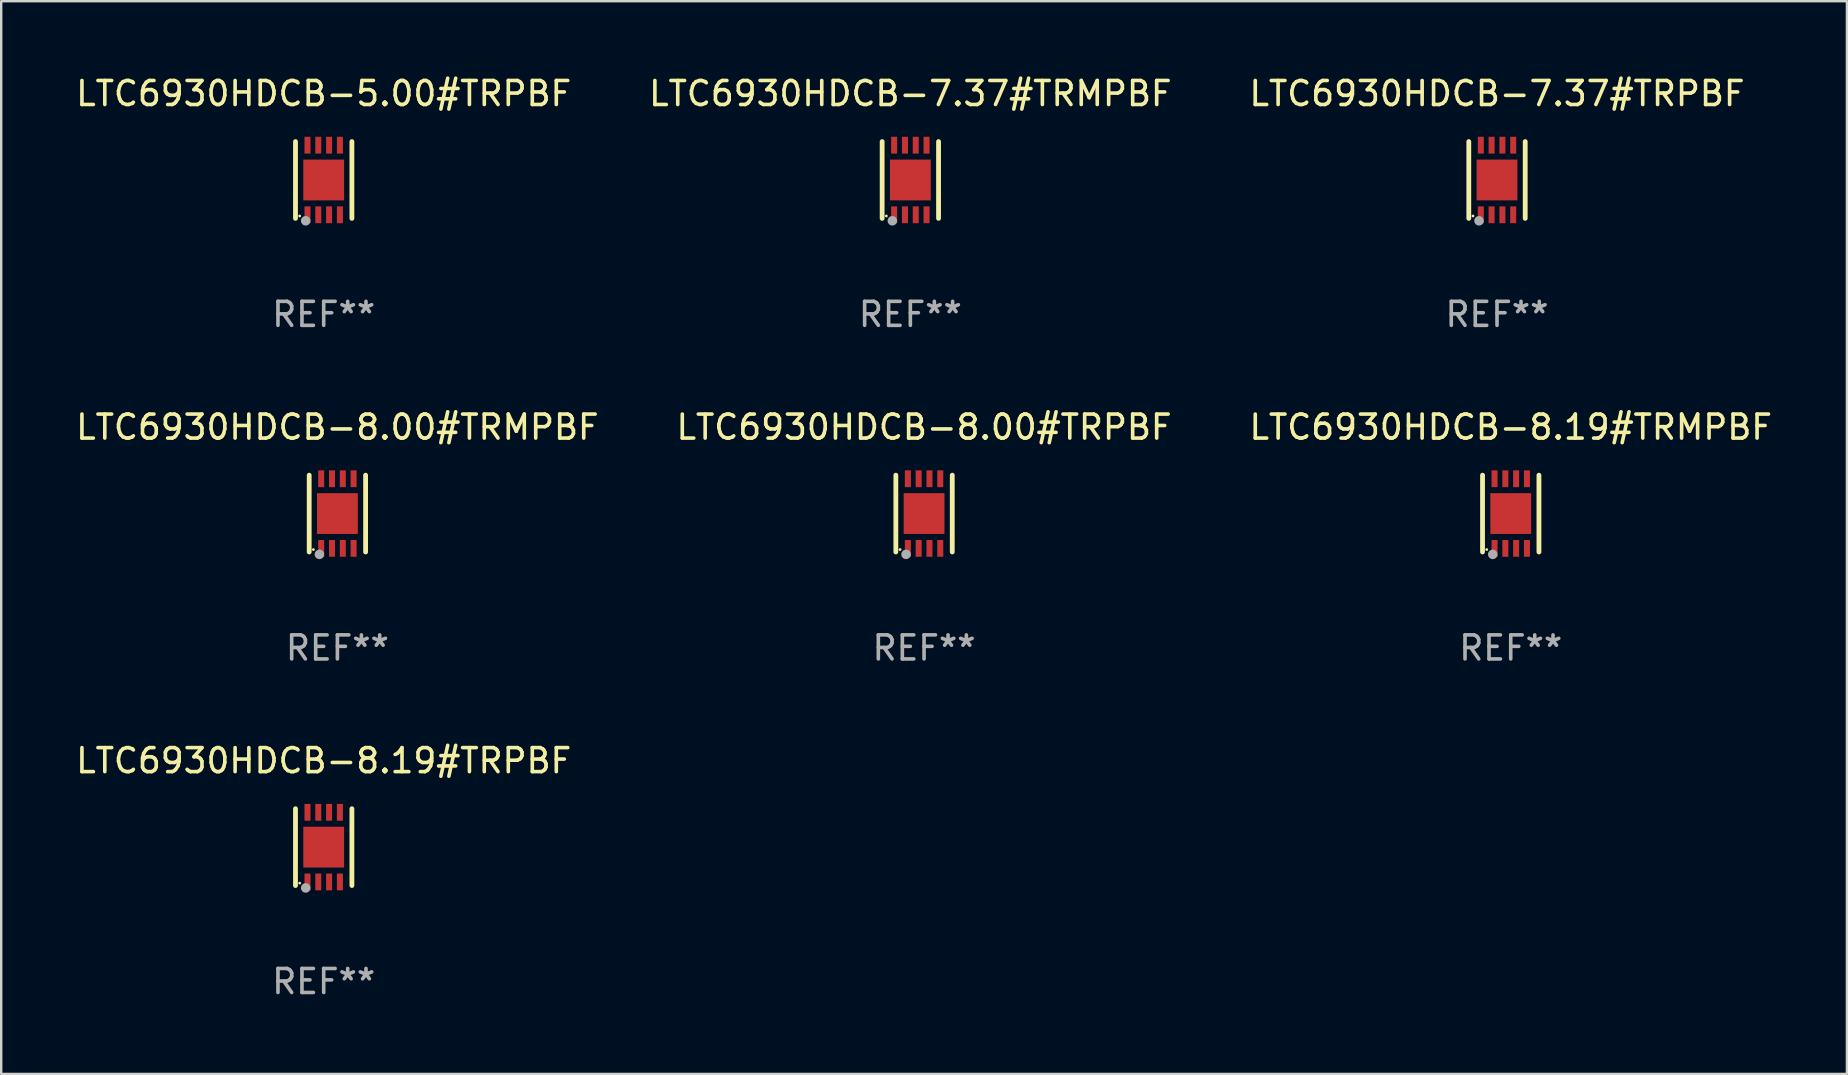
<source format=kicad_pcb>
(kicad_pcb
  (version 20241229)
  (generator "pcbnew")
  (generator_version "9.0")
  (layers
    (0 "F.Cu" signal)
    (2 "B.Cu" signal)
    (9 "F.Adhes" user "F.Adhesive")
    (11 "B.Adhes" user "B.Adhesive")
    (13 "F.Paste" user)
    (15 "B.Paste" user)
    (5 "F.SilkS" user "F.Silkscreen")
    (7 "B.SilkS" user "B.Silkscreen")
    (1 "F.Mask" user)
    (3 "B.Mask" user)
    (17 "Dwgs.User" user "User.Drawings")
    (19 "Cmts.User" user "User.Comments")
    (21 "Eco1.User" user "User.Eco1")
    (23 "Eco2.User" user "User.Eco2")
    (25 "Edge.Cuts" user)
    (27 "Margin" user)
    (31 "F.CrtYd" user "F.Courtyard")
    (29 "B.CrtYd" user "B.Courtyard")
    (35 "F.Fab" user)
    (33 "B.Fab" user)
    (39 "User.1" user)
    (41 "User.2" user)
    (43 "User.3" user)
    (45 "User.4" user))
  (footprint "LTC6930HDCB-7.37#TRMPBF"
    (layer "F.Cu")
    (at 34.875 4.448)
    (property "Reference" "LTC6930HDCB-7.37#TRMPBF" (at 0 -3.6 0) (layer "F.SilkS") (effects (font (size 1 1) (thickness 0.15))))
    (attr through_hole)
    (fp_line (start -1.175 1.6) (end -1.175 -1.6) (stroke (width 0.2) (type solid)) (layer "F.SilkS"))
    (fp_line (start 1.175 1.6) (end 1.175 -1.6) (stroke (width 0.2) (type solid)) (layer "F.SilkS"))
    (fp_circle (center -1 1.5) (end -0.97 1.5) (stroke (width 0.06) (type solid)) (fill no) (layer "F.SilkS"))
    (fp_circle (center -0.75 1.7) (end -0.65 1.7) (stroke (width 0.2) (type solid)) (fill no) (layer "F.Fab"))
    (fp_text user "REF**" (at 0 5.6 0) (layer "F.Fab") (effects (font (size 1 1) (thickness 0.15))))
    (pad "1" smd rect (at -0.675 1.45 90) (size 0.7 0.25) (layers "F.Cu" "F.Mask" "F.Paste"))
    (pad "2" smd rect (at -0.225 1.45 90) (size 0.7 0.25) (layers "F.Cu" "F.Mask" "F.Paste"))
    (pad "3" smd rect (at 0.225 1.45 90) (size 0.7 0.25) (layers "F.Cu" "F.Mask" "F.Paste"))
    (pad "4" smd rect (at 0.675 1.45 90) (size 0.7 0.25) (layers "F.Cu" "F.Mask" "F.Paste"))
    (pad "5" smd rect (at 0.675 -1.45 90) (size 0.7 0.25) (layers "F.Cu" "F.Mask" "F.Paste"))
    (pad "6" smd rect (at 0.225 -1.45 90) (size 0.7 0.25) (layers "F.Cu" "F.Mask" "F.Paste"))
    (pad "7" smd rect (at -0.225 -1.45 90) (size 0.7 0.25) (layers "F.Cu" "F.Mask" "F.Paste"))
    (pad "8" smd rect (at -0.675 -1.45 90) (size 0.7 0.25) (layers "F.Cu" "F.Mask" "F.Paste"))
    (pad "9" smd rect (at 0.000127 0 90) (size 1.7 1.7) (layers "F.Cu" "F.Mask" "F.Paste")))
  (footprint "LTC6930HDCB-8.00#TRPBF"
    (layer "F.Cu")
    (at 35.446 18.345)
    (property "Reference" "LTC6930HDCB-8.00#TRPBF" (at 0 -3.6 0) (layer "F.SilkS") (effects (font (size 1 1) (thickness 0.15))))
    (attr through_hole)
    (fp_line (start -1.175 1.6) (end -1.175 -1.6) (stroke (width 0.2) (type solid)) (layer "F.SilkS"))
    (fp_line (start 1.175 1.6) (end 1.175 -1.6) (stroke (width 0.2) (type solid)) (layer "F.SilkS"))
    (fp_circle (center -1 1.5) (end -0.97 1.5) (stroke (width 0.06) (type solid)) (fill no) (layer "F.SilkS"))
    (fp_circle (center -0.75 1.7) (end -0.65 1.7) (stroke (width 0.2) (type solid)) (fill no) (layer "F.Fab"))
    (fp_text user "REF**" (at 0 5.6 0) (layer "F.Fab") (effects (font (size 1 1) (thickness 0.15))))
    (pad "1" smd rect (at -0.675 1.45 90) (size 0.7 0.25) (layers "F.Cu" "F.Mask" "F.Paste"))
    (pad "2" smd rect (at -0.225 1.45 90) (size 0.7 0.25) (layers "F.Cu" "F.Mask" "F.Paste"))
    (pad "3" smd rect (at 0.225 1.45 90) (size 0.7 0.25) (layers "F.Cu" "F.Mask" "F.Paste"))
    (pad "4" smd rect (at 0.675 1.45 90) (size 0.7 0.25) (layers "F.Cu" "F.Mask" "F.Paste"))
    (pad "5" smd rect (at 0.675 -1.45 90) (size 0.7 0.25) (layers "F.Cu" "F.Mask" "F.Paste"))
    (pad "6" smd rect (at 0.225 -1.45 90) (size 0.7 0.25) (layers "F.Cu" "F.Mask" "F.Paste"))
    (pad "7" smd rect (at -0.225 -1.45 90) (size 0.7 0.25) (layers "F.Cu" "F.Mask" "F.Paste"))
    (pad "8" smd rect (at -0.675 -1.45 90) (size 0.7 0.25) (layers "F.Cu" "F.Mask" "F.Paste"))
    (pad "9" smd rect (at 0.000127 0 90) (size 1.7 1.7) (layers "F.Cu" "F.Mask" "F.Paste")))
  (footprint "LTC6930HDCB-7.37#TRPBF"
    (layer "F.Cu")
    (at 59.315 4.448)
    (property "Reference" "LTC6930HDCB-7.37#TRPBF" (at 0 -3.6 0) (layer "F.SilkS") (effects (font (size 1 1) (thickness 0.15))))
    (attr through_hole)
    (fp_line (start -1.175 1.6) (end -1.175 -1.6) (stroke (width 0.2) (type solid)) (layer "F.SilkS"))
    (fp_line (start 1.175 1.6) (end 1.175 -1.6) (stroke (width 0.2) (type solid)) (layer "F.SilkS"))
    (fp_circle (center -1 1.5) (end -0.97 1.5) (stroke (width 0.06) (type solid)) (fill no) (layer "F.SilkS"))
    (fp_circle (center -0.75 1.7) (end -0.65 1.7) (stroke (width 0.2) (type solid)) (fill no) (layer "F.Fab"))
    (fp_text user "REF**" (at 0 5.6 0) (layer "F.Fab") (effects (font (size 1 1) (thickness 0.15))))
    (pad "1" smd rect (at -0.675 1.45 90) (size 0.7 0.25) (layers "F.Cu" "F.Mask" "F.Paste"))
    (pad "2" smd rect (at -0.225 1.45 90) (size 0.7 0.25) (layers "F.Cu" "F.Mask" "F.Paste"))
    (pad "3" smd rect (at 0.225 1.45 90) (size 0.7 0.25) (layers "F.Cu" "F.Mask" "F.Paste"))
    (pad "4" smd rect (at 0.675 1.45 90) (size 0.7 0.25) (layers "F.Cu" "F.Mask" "F.Paste"))
    (pad "5" smd rect (at 0.675 -1.45 90) (size 0.7 0.25) (layers "F.Cu" "F.Mask" "F.Paste"))
    (pad "6" smd rect (at 0.225 -1.45 90) (size 0.7 0.25) (layers "F.Cu" "F.Mask" "F.Paste"))
    (pad "7" smd rect (at -0.225 -1.45 90) (size 0.7 0.25) (layers "F.Cu" "F.Mask" "F.Paste"))
    (pad "8" smd rect (at -0.675 -1.45 90) (size 0.7 0.25) (layers "F.Cu" "F.Mask" "F.Paste"))
    (pad "9" smd rect (at 0.000127 0 90) (size 1.7 1.7) (layers "F.Cu" "F.Mask" "F.Paste")))
  (footprint "LTC6930HDCB-8.19#TRMPBF"
    (layer "F.Cu")
    (at 59.887 18.345)
    (property "Reference" "LTC6930HDCB-8.19#TRMPBF" (at 0 -3.6 0) (layer "F.SilkS") (effects (font (size 1 1) (thickness 0.15))))
    (attr through_hole)
    (fp_line (start -1.175 1.6) (end -1.175 -1.6) (stroke (width 0.2) (type solid)) (layer "F.SilkS"))
    (fp_line (start 1.175 1.6) (end 1.175 -1.6) (stroke (width 0.2) (type solid)) (layer "F.SilkS"))
    (fp_circle (center -1 1.5) (end -0.97 1.5) (stroke (width 0.06) (type solid)) (fill no) (layer "F.SilkS"))
    (fp_circle (center -0.75 1.7) (end -0.65 1.7) (stroke (width 0.2) (type solid)) (fill no) (layer "F.Fab"))
    (fp_text user "REF**" (at 0 5.6 0) (layer "F.Fab") (effects (font (size 1 1) (thickness 0.15))))
    (pad "1" smd rect (at -0.675 1.45 90) (size 0.7 0.25) (layers "F.Cu" "F.Mask" "F.Paste"))
    (pad "2" smd rect (at -0.225 1.45 90) (size 0.7 0.25) (layers "F.Cu" "F.Mask" "F.Paste"))
    (pad "3" smd rect (at 0.225 1.45 90) (size 0.7 0.25) (layers "F.Cu" "F.Mask" "F.Paste"))
    (pad "4" smd rect (at 0.675 1.45 90) (size 0.7 0.25) (layers "F.Cu" "F.Mask" "F.Paste"))
    (pad "5" smd rect (at 0.675 -1.45 90) (size 0.7 0.25) (layers "F.Cu" "F.Mask" "F.Paste"))
    (pad "6" smd rect (at 0.225 -1.45 90) (size 0.7 0.25) (layers "F.Cu" "F.Mask" "F.Paste"))
    (pad "7" smd rect (at -0.225 -1.45 90) (size 0.7 0.25) (layers "F.Cu" "F.Mask" "F.Paste"))
    (pad "8" smd rect (at -0.675 -1.45 90) (size 0.7 0.25) (layers "F.Cu" "F.Mask" "F.Paste"))
    (pad "9" smd rect (at 0.000127 0 90) (size 1.7 1.7) (layers "F.Cu" "F.Mask" "F.Paste")))
  (footprint "LTC6930HDCB-8.19#TRPBF"
    (layer "F.Cu")
    (at 10.435 32.241)
    (property "Reference" "LTC6930HDCB-8.19#TRPBF" (at 0 -3.6 0) (layer "F.SilkS") (effects (font (size 1 1) (thickness 0.15))))
    (attr through_hole)
    (fp_line (start -1.175 1.6) (end -1.175 -1.6) (stroke (width 0.2) (type solid)) (layer "F.SilkS"))
    (fp_line (start 1.175 1.6) (end 1.175 -1.6) (stroke (width 0.2) (type solid)) (layer "F.SilkS"))
    (fp_circle (center -1 1.5) (end -0.97 1.5) (stroke (width 0.06) (type solid)) (fill no) (layer "F.SilkS"))
    (fp_circle (center -0.75 1.7) (end -0.65 1.7) (stroke (width 0.2) (type solid)) (fill no) (layer "F.Fab"))
    (fp_text user "REF**" (at 0 5.6 0) (layer "F.Fab") (effects (font (size 1 1) (thickness 0.15))))
    (pad "1" smd rect (at -0.675 1.45 90) (size 0.7 0.25) (layers "F.Cu" "F.Mask" "F.Paste"))
    (pad "2" smd rect (at -0.225 1.45 90) (size 0.7 0.25) (layers "F.Cu" "F.Mask" "F.Paste"))
    (pad "3" smd rect (at 0.225 1.45 90) (size 0.7 0.25) (layers "F.Cu" "F.Mask" "F.Paste"))
    (pad "4" smd rect (at 0.675 1.45 90) (size 0.7 0.25) (layers "F.Cu" "F.Mask" "F.Paste"))
    (pad "5" smd rect (at 0.675 -1.45 90) (size 0.7 0.25) (layers "F.Cu" "F.Mask" "F.Paste"))
    (pad "6" smd rect (at 0.225 -1.45 90) (size 0.7 0.25) (layers "F.Cu" "F.Mask" "F.Paste"))
    (pad "7" smd rect (at -0.225 -1.45 90) (size 0.7 0.25) (layers "F.Cu" "F.Mask" "F.Paste"))
    (pad "8" smd rect (at -0.675 -1.45 90) (size 0.7 0.25) (layers "F.Cu" "F.Mask" "F.Paste"))
    (pad "9" smd rect (at 0.000127 0 90) (size 1.7 1.7) (layers "F.Cu" "F.Mask" "F.Paste")))
  (footprint "LTC6930HDCB-5.00#TRPBF"
    (layer "F.Cu")
    (at 10.435 4.448)
    (property "Reference" "LTC6930HDCB-5.00#TRPBF" (at 0 -3.6 0) (layer "F.SilkS") (effects (font (size 1 1) (thickness 0.15))))
    (attr through_hole)
    (fp_line (start -1.175 1.6) (end -1.175 -1.6) (stroke (width 0.2) (type solid)) (layer "F.SilkS"))
    (fp_line (start 1.175 1.6) (end 1.175 -1.6) (stroke (width 0.2) (type solid)) (layer "F.SilkS"))
    (fp_circle (center -1 1.5) (end -0.97 1.5) (stroke (width 0.06) (type solid)) (fill no) (layer "F.SilkS"))
    (fp_circle (center -0.75 1.7) (end -0.65 1.7) (stroke (width 0.2) (type solid)) (fill no) (layer "F.Fab"))
    (fp_text user "REF**" (at 0 5.6 0) (layer "F.Fab") (effects (font (size 1 1) (thickness 0.15))))
    (pad "1" smd rect (at -0.675 1.45 90) (size 0.7 0.25) (layers "F.Cu" "F.Mask" "F.Paste"))
    (pad "2" smd rect (at -0.225 1.45 90) (size 0.7 0.25) (layers "F.Cu" "F.Mask" "F.Paste"))
    (pad "3" smd rect (at 0.225 1.45 90) (size 0.7 0.25) (layers "F.Cu" "F.Mask" "F.Paste"))
    (pad "4" smd rect (at 0.675 1.45 90) (size 0.7 0.25) (layers "F.Cu" "F.Mask" "F.Paste"))
    (pad "5" smd rect (at 0.675 -1.45 90) (size 0.7 0.25) (layers "F.Cu" "F.Mask" "F.Paste"))
    (pad "6" smd rect (at 0.225 -1.45 90) (size 0.7 0.25) (layers "F.Cu" "F.Mask" "F.Paste"))
    (pad "7" smd rect (at -0.225 -1.45 90) (size 0.7 0.25) (layers "F.Cu" "F.Mask" "F.Paste"))
    (pad "8" smd rect (at -0.675 -1.45 90) (size 0.7 0.25) (layers "F.Cu" "F.Mask" "F.Paste"))
    (pad "9" smd rect (at 0.000127 0 90) (size 1.7 1.7) (layers "F.Cu" "F.Mask" "F.Paste")))
  (footprint "LTC6930HDCB-8.00#TRMPBF"
    (layer "F.Cu")
    (at 11.006 18.345)
    (property "Reference" "LTC6930HDCB-8.00#TRMPBF" (at 0 -3.6 0) (layer "F.SilkS") (effects (font (size 1 1) (thickness 0.15))))
    (attr through_hole)
    (fp_line (start -1.175 1.6) (end -1.175 -1.6) (stroke (width 0.2) (type solid)) (layer "F.SilkS"))
    (fp_line (start 1.175 1.6) (end 1.175 -1.6) (stroke (width 0.2) (type solid)) (layer "F.SilkS"))
    (fp_circle (center -1 1.5) (end -0.97 1.5) (stroke (width 0.06) (type solid)) (fill no) (layer "F.SilkS"))
    (fp_circle (center -0.75 1.7) (end -0.65 1.7) (stroke (width 0.2) (type solid)) (fill no) (layer "F.Fab"))
    (fp_text user "REF**" (at 0 5.6 0) (layer "F.Fab") (effects (font (size 1 1) (thickness 0.15))))
    (pad "1" smd rect (at -0.675 1.45 90) (size 0.7 0.25) (layers "F.Cu" "F.Mask" "F.Paste"))
    (pad "2" smd rect (at -0.225 1.45 90) (size 0.7 0.25) (layers "F.Cu" "F.Mask" "F.Paste"))
    (pad "3" smd rect (at 0.225 1.45 90) (size 0.7 0.25) (layers "F.Cu" "F.Mask" "F.Paste"))
    (pad "4" smd rect (at 0.675 1.45 90) (size 0.7 0.25) (layers "F.Cu" "F.Mask" "F.Paste"))
    (pad "5" smd rect (at 0.675 -1.45 90) (size 0.7 0.25) (layers "F.Cu" "F.Mask" "F.Paste"))
    (pad "6" smd rect (at 0.225 -1.45 90) (size 0.7 0.25) (layers "F.Cu" "F.Mask" "F.Paste"))
    (pad "7" smd rect (at -0.225 -1.45 90) (size 0.7 0.25) (layers "F.Cu" "F.Mask" "F.Paste"))
    (pad "8" smd rect (at -0.675 -1.45 90) (size 0.7 0.25) (layers "F.Cu" "F.Mask" "F.Paste"))
    (pad "9" smd rect (at 0.000127 0 90) (size 1.7 1.7) (layers "F.Cu" "F.Mask" "F.Paste")))
  (gr_rect
    (start -3 -3)
    (end 73.893 41.69)
    (stroke (width 0.1) (type default))
    (fill no)
    (layer "Edge.Cuts")))
</source>
